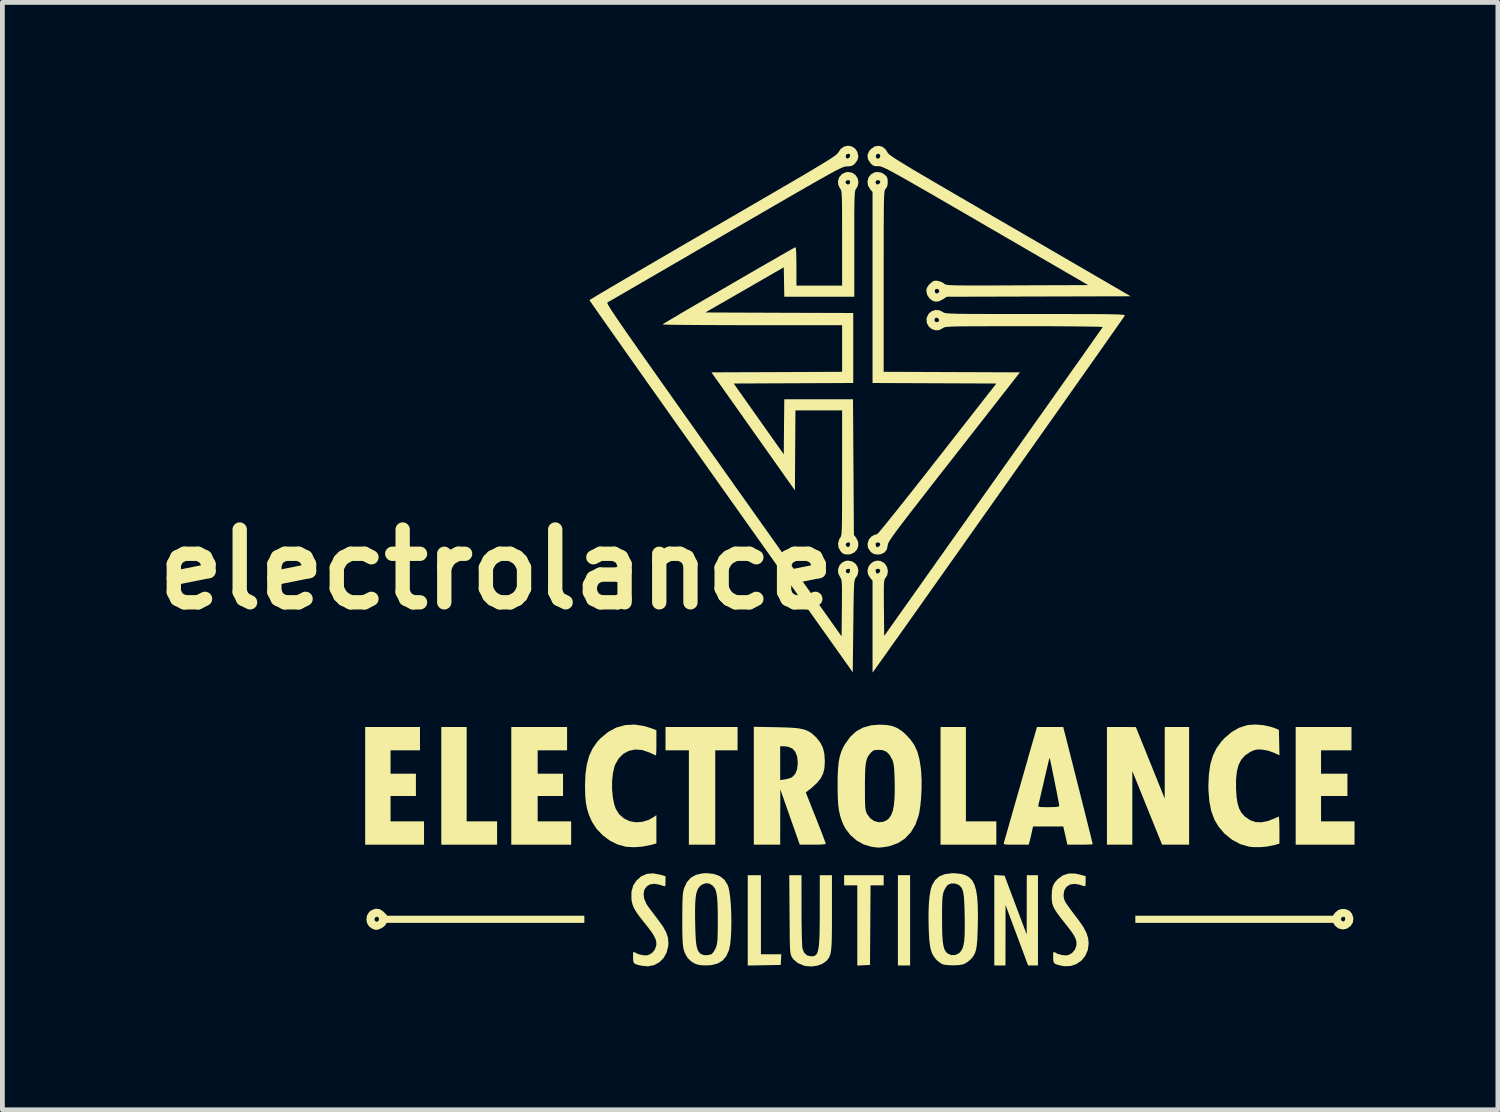
<source format=kicad_pcb>
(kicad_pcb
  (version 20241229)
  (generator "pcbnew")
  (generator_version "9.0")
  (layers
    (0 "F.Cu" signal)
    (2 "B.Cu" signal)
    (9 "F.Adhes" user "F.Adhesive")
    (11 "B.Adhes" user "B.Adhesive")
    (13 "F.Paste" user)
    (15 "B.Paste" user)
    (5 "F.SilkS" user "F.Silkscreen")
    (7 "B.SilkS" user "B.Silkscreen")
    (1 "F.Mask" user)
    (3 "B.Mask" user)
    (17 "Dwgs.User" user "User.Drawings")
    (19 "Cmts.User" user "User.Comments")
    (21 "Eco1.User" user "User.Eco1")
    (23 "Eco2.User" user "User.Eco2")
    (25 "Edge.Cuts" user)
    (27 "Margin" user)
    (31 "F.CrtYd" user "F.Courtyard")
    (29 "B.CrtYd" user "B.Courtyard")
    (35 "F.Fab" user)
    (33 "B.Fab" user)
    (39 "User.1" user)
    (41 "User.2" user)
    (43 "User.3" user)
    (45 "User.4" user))
  (footprint "electrolance"
    (layer "F.Cu")
    (at 14.957 8.598)
    (property "Reference" "electrolance" (at -7.62 0.269 0) (layer "F.SilkS") (effects (font (size 1.524 1.524) (thickness 0.3))))
    (attr board_only exclude_from_pos_files exclude_from_bom)
    (fp_poly (pts (xy 1.041 8.559) (xy 0.786 8.559) (xy 0.786 6.669) (xy 1.041 6.669)) (stroke (width 0) (type solid)) (fill yes) (layer "F.SilkS"))
    (fp_poly (pts (xy -8.24 5.543) (xy -7.603 5.543) (xy -7.603 6.031) (xy -8.771 6.031) (xy -8.771 3.568) (xy -8.24 3.568)) (stroke (width 0) (type solid)) (fill yes) (layer "F.SilkS"))
    (fp_poly (pts (xy 2.209 5.543) (xy 2.846 5.543) (xy 2.846 6.031) (xy 1.678 6.031) (xy 1.678 3.568) (xy 2.209 3.568)) (stroke (width 0) (type solid)) (fill yes) (layer "F.SilkS"))
    (fp_poly (pts (xy -2.57 4.056) (xy -3.037 4.056) (xy -3.037 6.031) (xy -3.589 6.031) (xy -3.589 4.056) (xy -4.078 4.056) (xy -4.078 3.568) (xy -2.57 3.568)) (stroke (width 0) (type solid)) (fill yes) (layer "F.SilkS"))
    (fp_poly (pts (xy -2.081 8.325) (xy -1.654 8.325) (xy -1.661 8.437) (xy -1.667 8.548) (xy -2.012 8.554) (xy -2.357 8.56) (xy -2.357 6.669) (xy -2.081 6.669)) (stroke (width 0) (type solid)) (fill yes) (layer "F.SilkS"))
    (fp_poly (pts (xy 0.488 6.881) (xy 0.213 6.881) (xy 0.202 8.548) (xy -0.064 8.561) (xy -0.064 6.881) (xy -0.34 6.881) (xy -0.34 6.669) (xy 0.488 6.669)) (stroke (width 0) (type solid)) (fill yes) (layer "F.SilkS"))
    (fp_poly (pts (xy -9.217 4.056) (xy -9.833 4.056) (xy -9.833 4.545) (xy -9.302 4.545) (xy -9.302 5.012) (xy -9.833 5.012) (xy -9.833 5.543) (xy -9.132 5.543) (xy -9.132 6.031) (xy -10.364 6.031) (xy -10.364 3.568) (xy -9.217 3.568)) (stroke (width 0) (type solid)) (fill yes) (layer "F.SilkS"))
    (fp_poly (pts (xy -6.138 4.056) (xy -6.754 4.056) (xy -6.754 4.545) (xy -6.223 4.545) (xy -6.223 5.012) (xy -6.754 5.012) (xy -6.754 5.543) (xy -6.053 5.543) (xy -6.053 6.031) (xy -7.306 6.031) (xy -7.306 3.568) (xy -6.138 3.568)) (stroke (width 0) (type solid)) (fill yes) (layer "F.SilkS"))
    (fp_poly (pts (xy 10.279 4.056) (xy 9.642 4.056) (xy 9.642 4.545) (xy 10.194 4.545) (xy 10.194 5.012) (xy 9.642 5.012) (xy 9.642 5.543) (xy 10.343 5.543) (xy 10.343 6.031) (xy 9.111 6.031) (xy 9.111 3.568) (xy 10.279 3.568)) (stroke (width 0) (type solid)) (fill yes) (layer "F.SilkS"))
    (fp_poly (pts (xy 6.881 6.031) (xy 6.315 6.031) (xy 6.004 5.262) (xy 5.693 4.492) (xy 5.692 5.262) (xy 5.692 6.031) (xy 5.161 6.031) (xy 5.161 3.568) (xy 5.463 3.568) (xy 5.766 3.569) (xy 6.37 5.065) (xy 6.37 4.317) (xy 6.371 3.568) (xy 6.881 3.568)) (stroke (width 0) (type solid)) (fill yes) (layer "F.SilkS"))
    (fp_poly (pts (xy 2.911 6.673) (xy 3.018 6.679) (xy 3.25 7.295) (xy 3.481 7.911) (xy 3.482 7.29) (xy 3.483 6.669) (xy 3.717 6.669) (xy 3.717 8.559) (xy 3.511 8.559) (xy 3.275 7.927) (xy 3.039 7.295) (xy 3.038 7.927) (xy 3.037 8.559) (xy 2.803 8.559) (xy 2.803 6.666)) (stroke (width 0) (type solid)) (fill yes) (layer "F.SilkS"))
    (fp_poly (pts (xy 10.161 7.381) (xy 10.235 7.414) (xy 10.29 7.476) (xy 10.291 7.478) (xy 10.32 7.572) (xy 10.308 7.66) (xy 10.263 7.73) (xy 10.186 7.788) (xy 10.099 7.806) (xy 10.013 7.786) (xy 9.96 7.751) (xy 9.923 7.712) (xy 9.896 7.667) (xy 5.755 7.667) (xy 5.755 7.588) (xy 10.057 7.588) (xy 10.073 7.622) (xy 10.109 7.64) (xy 10.138 7.619) (xy 10.148 7.585) (xy 10.143 7.549) (xy 10.113 7.539) (xy 10.072 7.554) (xy 10.057 7.588) (xy 5.755 7.588) (xy 5.755 7.518) (xy 9.889 7.518) (xy 9.935 7.455) (xy 9.999 7.4) (xy 10.078 7.376)) (stroke (width 0) (type solid)) (fill yes) (layer "F.SilkS"))
    (fp_poly (pts (xy -10.063 7.379) (xy -9.985 7.429) (xy -9.97 7.444) (xy -9.9 7.518) (xy -5.777 7.518) (xy -5.777 7.667) (xy -9.916 7.667) (xy -9.94 7.711) (xy -9.977 7.749) (xy -10.036 7.785) (xy -10.099 7.809) (xy -10.135 7.814) (xy -10.176 7.805) (xy -10.207 7.795) (xy -10.28 7.745) (xy -10.324 7.674) (xy -10.339 7.596) (xy -10.169 7.596) (xy -10.165 7.615) (xy -10.137 7.642) (xy -10.102 7.639) (xy -10.079 7.612) (xy -10.076 7.565) (xy -10.105 7.541) (xy -10.12 7.539) (xy -10.158 7.556) (xy -10.169 7.596) (xy -10.339 7.596) (xy -10.339 7.592) (xy -10.325 7.51) (xy -10.28 7.439) (xy -10.237 7.405) (xy -10.147 7.371)) (stroke (width 0) (type solid)) (fill yes) (layer "F.SilkS"))
    (fp_poly (pts (xy -1.231 7.396) (xy -1.231 7.572) (xy -1.229 7.737) (xy -1.226 7.886) (xy -1.223 8.014) (xy -1.219 8.115) (xy -1.214 8.183) (xy -1.211 8.208) (xy -1.174 8.295) (xy -1.113 8.349) (xy -1.032 8.368) (xy -0.989 8.365) (xy -0.954 8.355) (xy -0.925 8.333) (xy -0.902 8.297) (xy -0.885 8.243) (xy -0.871 8.167) (xy -0.862 8.066) (xy -0.855 7.936) (xy -0.852 7.774) (xy -0.85 7.576) (xy -0.85 7.364) (xy -0.849 6.669) (xy -0.595 6.669) (xy -0.595 7.447) (xy -0.595 7.666) (xy -0.596 7.847) (xy -0.598 7.995) (xy -0.602 8.113) (xy -0.609 8.206) (xy -0.618 8.278) (xy -0.631 8.333) (xy -0.647 8.377) (xy -0.668 8.412) (xy -0.693 8.444) (xy -0.711 8.464) (xy -0.793 8.524) (xy -0.902 8.564) (xy -1.023 8.58) (xy -1.145 8.571) (xy -1.189 8.56) (xy -1.313 8.506) (xy -1.403 8.428) (xy -1.426 8.395) (xy -1.439 8.374) (xy -1.449 8.352) (xy -1.457 8.327) (xy -1.464 8.292) (xy -1.469 8.244) (xy -1.473 8.178) (xy -1.476 8.091) (xy -1.478 7.977) (xy -1.479 7.833) (xy -1.481 7.654) (xy -1.482 7.492) (xy -1.488 6.669) (xy -1.232 6.669)) (stroke (width 0) (type solid)) (fill yes) (layer "F.SilkS"))
    (fp_poly (pts (xy -1.757 3.572) (xy -1.571 3.577) (xy -1.421 3.584) (xy -1.301 3.595) (xy -1.205 3.613) (xy -1.127 3.638) (xy -1.06 3.672) (xy -0.999 3.717) (xy -0.937 3.774) (xy -0.923 3.788) (xy -0.841 3.889) (xy -0.785 3.998) (xy -0.754 4.125) (xy -0.744 4.28) (xy -0.744 4.298) (xy -0.752 4.428) (xy -0.778 4.539) (xy -0.828 4.64) (xy -0.906 4.737) (xy -1.016 4.839) (xy -1.087 4.895) (xy -1.142 4.938) (xy -0.932 5.467) (xy -0.876 5.608) (xy -0.826 5.736) (xy -0.784 5.846) (xy -0.751 5.933) (xy -0.73 5.99) (xy -0.722 6.014) (xy -0.742 6.02) (xy -0.796 6.026) (xy -0.878 6.03) (xy -0.977 6.031) (xy -0.995 6.031) (xy -1.268 6.031) (xy -1.472 5.453) (xy -1.675 4.874) (xy -1.677 5.453) (xy -1.678 6.031) (xy -2.23 6.031) (xy -2.23 4.678) (xy -1.678 4.678) (xy -1.578 4.664) (xy -1.507 4.649) (xy -1.446 4.627) (xy -1.43 4.619) (xy -1.364 4.551) (xy -1.324 4.451) (xy -1.31 4.324) (xy -1.31 4.322) (xy -1.323 4.187) (xy -1.362 4.085) (xy -1.428 4.016) (xy -1.521 3.979) (xy -1.603 3.971) (xy -1.678 3.971) (xy -1.678 4.678) (xy -2.23 4.678) (xy -2.23 3.564)) (stroke (width 0) (type solid)) (fill yes) (layer "F.SilkS"))
    (fp_poly (pts (xy -4.527 3.547) (xy -4.385 3.591) (xy -4.269 3.635) (xy -4.269 3.899) (xy -4.269 3.999) (xy -4.271 4.082) (xy -4.274 4.139) (xy -4.277 4.162) (xy -4.277 4.163) (xy -4.3 4.154) (xy -4.349 4.132) (xy -4.417 4.101) (xy -4.421 4.099) (xy -4.569 4.049) (xy -4.711 4.039) (xy -4.843 4.066) (xy -4.961 4.129) (xy -5.058 4.226) (xy -5.131 4.354) (xy -5.147 4.4) (xy -5.18 4.541) (xy -5.196 4.703) (xy -5.196 4.874) (xy -5.181 5.04) (xy -5.151 5.188) (xy -5.119 5.281) (xy -5.047 5.396) (xy -4.948 5.482) (xy -4.831 5.538) (xy -4.701 5.562) (xy -4.564 5.553) (xy -4.426 5.51) (xy -4.327 5.453) (xy -4.269 5.413) (xy -4.269 6.005) (xy -4.391 6.038) (xy -4.56 6.071) (xy -4.736 6.084) (xy -4.9 6.075) (xy -4.913 6.073) (xy -5.081 6.027) (xy -5.244 5.945) (xy -5.394 5.833) (xy -5.522 5.698) (xy -5.62 5.546) (xy -5.623 5.539) (xy -5.678 5.413) (xy -5.718 5.29) (xy -5.744 5.157) (xy -5.758 5.004) (xy -5.763 4.821) (xy -5.763 4.8) (xy -5.754 4.559) (xy -5.725 4.351) (xy -5.676 4.172) (xy -5.604 4.017) (xy -5.508 3.879) (xy -5.44 3.805) (xy -5.28 3.672) (xy -5.107 3.579) (xy -4.923 3.528) (xy -4.729 3.517)) (stroke (width 0) (type solid)) (fill yes) (layer "F.SilkS"))
    (fp_poly (pts (xy 8.433 3.529) (xy 8.588 3.563) (xy 8.658 3.586) (xy 8.76 3.627) (xy 8.766 3.894) (xy 8.772 4.161) (xy 8.65 4.104) (xy 8.522 4.06) (xy 8.399 4.04) (xy 8.317 4.038) (xy 8.252 4.05) (xy 8.181 4.079) (xy 8.156 4.093) (xy 8.052 4.162) (xy 7.973 4.25) (xy 7.916 4.361) (xy 7.88 4.5) (xy 7.863 4.67) (xy 7.863 4.863) (xy 7.874 5.033) (xy 7.895 5.169) (xy 7.929 5.277) (xy 7.977 5.364) (xy 8.041 5.436) (xy 8.053 5.446) (xy 8.16 5.519) (xy 8.274 5.558) (xy 8.399 5.562) (xy 8.539 5.533) (xy 8.699 5.469) (xy 8.755 5.441) (xy 8.761 5.458) (xy 8.766 5.51) (xy 8.769 5.59) (xy 8.771 5.689) (xy 8.771 5.721) (xy 8.771 6.009) (xy 8.66 6.041) (xy 8.524 6.068) (xy 8.373 6.083) (xy 8.227 6.082) (xy 8.134 6.072) (xy 7.951 6.019) (xy 7.777 5.926) (xy 7.62 5.798) (xy 7.616 5.793) (xy 7.499 5.656) (xy 7.409 5.504) (xy 7.345 5.331) (xy 7.305 5.132) (xy 7.286 4.903) (xy 7.284 4.8) (xy 7.294 4.56) (xy 7.324 4.352) (xy 7.377 4.172) (xy 7.454 4.013) (xy 7.557 3.871) (xy 7.622 3.8) (xy 7.771 3.673) (xy 7.923 3.585) (xy 8.087 3.532) (xy 8.128 3.525) (xy 8.273 3.516)) (stroke (width 0) (type solid)) (fill yes) (layer "F.SilkS"))
    (fp_poly (pts (xy -4.188 6.659) (xy -4.188 6.659) (xy -4.078 6.691) (xy -4.078 6.797) (xy -4.08 6.857) (xy -4.085 6.895) (xy -4.09 6.902) (xy -4.115 6.896) (xy -4.167 6.881) (xy -4.205 6.868) (xy -4.314 6.849) (xy -4.405 6.863) (xy -4.475 6.907) (xy -4.52 6.974) (xy -4.537 7.06) (xy -4.525 7.159) (xy -4.48 7.266) (xy -4.45 7.313) (xy -4.404 7.377) (xy -4.34 7.461) (xy -4.27 7.554) (xy -4.224 7.614) (xy -4.128 7.748) (xy -4.063 7.867) (xy -4.027 7.977) (xy -4.017 8.086) (xy -4.02 8.146) (xy -4.053 8.285) (xy -4.117 8.402) (xy -4.207 8.492) (xy -4.319 8.552) (xy -4.446 8.577) (xy -4.577 8.565) (xy -4.663 8.545) (xy -4.717 8.525) (xy -4.745 8.497) (xy -4.755 8.454) (xy -4.757 8.388) (xy -4.757 8.385) (xy -4.756 8.315) (xy -4.75 8.28) (xy -4.739 8.274) (xy -4.726 8.282) (xy -4.663 8.316) (xy -4.578 8.34) (xy -4.494 8.348) (xy -4.446 8.343) (xy -4.363 8.3) (xy -4.302 8.228) (xy -4.271 8.138) (xy -4.269 8.105) (xy -4.273 8.054) (xy -4.289 8.001) (xy -4.319 7.94) (xy -4.366 7.866) (xy -4.435 7.772) (xy -4.529 7.654) (xy -4.544 7.635) (xy -4.634 7.52) (xy -4.698 7.428) (xy -4.742 7.35) (xy -4.77 7.278) (xy -4.787 7.203) (xy -4.792 7.163) (xy -4.79 7.011) (xy -4.753 6.881) (xy -4.687 6.782) (xy -4.585 6.692) (xy -4.469 6.642) (xy -4.337 6.631)) (stroke (width 0) (type solid)) (fill yes) (layer "F.SilkS"))
    (fp_poly (pts (xy 4.494 6.635) (xy 4.605 6.659) (xy 4.715 6.691) (xy 4.715 6.797) (xy 4.713 6.857) (xy 4.707 6.895) (xy 4.703 6.902) (xy 4.677 6.896) (xy 4.625 6.881) (xy 4.587 6.868) (xy 4.479 6.85) (xy 4.386 6.866) (xy 4.313 6.914) (xy 4.267 6.99) (xy 4.253 7.088) (xy 4.255 7.112) (xy 4.259 7.145) (xy 4.267 7.177) (xy 4.281 7.211) (xy 4.305 7.254) (xy 4.343 7.309) (xy 4.396 7.383) (xy 4.469 7.48) (xy 4.564 7.606) (xy 4.572 7.616) (xy 4.668 7.754) (xy 4.732 7.877) (xy 4.768 7.991) (xy 4.778 8.098) (xy 4.76 8.237) (xy 4.707 8.358) (xy 4.627 8.457) (xy 4.523 8.529) (xy 4.403 8.57) (xy 4.271 8.575) (xy 4.216 8.565) (xy 4.129 8.545) (xy 4.076 8.525) (xy 4.048 8.497) (xy 4.037 8.454) (xy 4.035 8.388) (xy 4.035 8.385) (xy 4.036 8.315) (xy 4.042 8.28) (xy 4.054 8.274) (xy 4.066 8.282) (xy 4.129 8.316) (xy 4.214 8.34) (xy 4.299 8.348) (xy 4.347 8.343) (xy 4.428 8.301) (xy 4.489 8.23) (xy 4.521 8.142) (xy 4.524 8.11) (xy 4.52 8.055) (xy 4.505 8) (xy 4.476 7.94) (xy 4.429 7.867) (xy 4.36 7.775) (xy 4.289 7.684) (xy 4.192 7.562) (xy 4.12 7.465) (xy 4.069 7.386) (xy 4.035 7.318) (xy 4.015 7.253) (xy 4.006 7.185) (xy 4.004 7.107) (xy 4.004 7.104) (xy 4.01 6.986) (xy 4.03 6.896) (xy 4.068 6.823) (xy 4.13 6.754) (xy 4.134 6.749) (xy 4.241 6.672) (xy 4.36 6.634)) (stroke (width 0) (type solid)) (fill yes) (layer "F.SilkS"))
    (fp_poly (pts (xy 1.995 6.63) (xy 2.108 6.643) (xy 2.202 6.67) (xy 2.279 6.714) (xy 2.341 6.779) (xy 2.388 6.867) (xy 2.422 6.982) (xy 2.445 7.126) (xy 2.457 7.304) (xy 2.461 7.518) (xy 2.458 7.708) (xy 2.453 7.886) (xy 2.447 8.028) (xy 2.436 8.14) (xy 2.422 8.226) (xy 2.401 8.295) (xy 2.373 8.35) (xy 2.337 8.4) (xy 2.3 8.44) (xy 2.238 8.49) (xy 2.172 8.528) (xy 2.147 8.537) (xy 2.068 8.55) (xy 1.966 8.556) (xy 1.86 8.554) (xy 1.766 8.544) (xy 1.728 8.536) (xy 1.675 8.508) (xy 1.614 8.461) (xy 1.586 8.433) (xy 1.54 8.375) (xy 1.504 8.312) (xy 1.477 8.238) (xy 1.457 8.146) (xy 1.443 8.029) (xy 1.434 7.882) (xy 1.429 7.73) (xy 1.427 7.571) (xy 1.71 7.571) (xy 1.711 7.764) (xy 1.715 7.919) (xy 1.723 8.04) (xy 1.736 8.134) (xy 1.754 8.204) (xy 1.778 8.256) (xy 1.808 8.293) (xy 1.821 8.304) (xy 1.9 8.342) (xy 1.984 8.341) (xy 2.063 8.303) (xy 2.081 8.287) (xy 2.114 8.245) (xy 2.141 8.194) (xy 2.16 8.127) (xy 2.174 8.04) (xy 2.182 7.928) (xy 2.185 7.785) (xy 2.185 7.608) (xy 2.183 7.521) (xy 2.179 7.347) (xy 2.173 7.209) (xy 2.165 7.104) (xy 2.152 7.025) (xy 2.135 6.966) (xy 2.111 6.924) (xy 2.08 6.891) (xy 2.058 6.873) (xy 1.983 6.844) (xy 1.901 6.843) (xy 1.833 6.87) (xy 1.799 6.909) (xy 1.763 6.97) (xy 1.749 7.003) (xy 1.735 7.042) (xy 1.726 7.087) (xy 1.719 7.143) (xy 1.714 7.218) (xy 1.711 7.317) (xy 1.71 7.448) (xy 1.71 7.571) (xy 1.427 7.571) (xy 1.426 7.487) (xy 1.433 7.276) (xy 1.449 7.101) (xy 1.474 6.963) (xy 1.5 6.882) (xy 1.564 6.773) (xy 1.653 6.694) (xy 1.769 6.647) (xy 1.913 6.629)) (stroke (width 0) (type solid)) (fill yes) (layer "F.SilkS"))
    (fp_poly (pts (xy -3.066 6.643) (xy -2.941 6.689) (xy -2.845 6.765) (xy -2.779 6.869) (xy -2.761 6.919) (xy -2.739 7.023) (xy -2.722 7.158) (xy -2.709 7.315) (xy -2.702 7.485) (xy -2.7 7.659) (xy -2.703 7.829) (xy -2.711 7.984) (xy -2.725 8.117) (xy -2.745 8.219) (xy -2.749 8.234) (xy -2.804 8.361) (xy -2.883 8.456) (xy -2.987 8.518) (xy -3.12 8.552) (xy -3.228 8.558) (xy -3.333 8.554) (xy -3.413 8.539) (xy -3.479 8.513) (xy -3.549 8.467) (xy -3.609 8.407) (xy -3.621 8.391) (xy -3.652 8.34) (xy -3.676 8.29) (xy -3.695 8.237) (xy -3.708 8.174) (xy -3.717 8.094) (xy -3.723 7.993) (xy -3.726 7.865) (xy -3.727 7.703) (xy -3.727 7.603) (xy -3.727 7.429) (xy -3.726 7.399) (xy -3.46 7.399) (xy -3.459 7.577) (xy -3.457 7.664) (xy -3.453 7.841) (xy -3.447 7.981) (xy -3.438 8.089) (xy -3.424 8.17) (xy -3.406 8.23) (xy -3.382 8.274) (xy -3.351 8.308) (xy -3.339 8.317) (xy -3.281 8.34) (xy -3.206 8.344) (xy -3.134 8.329) (xy -3.107 8.315) (xy -3.073 8.276) (xy -3.037 8.215) (xy -3.023 8.182) (xy -3.01 8.143) (xy -3 8.099) (xy -2.993 8.044) (xy -2.988 7.971) (xy -2.986 7.874) (xy -2.984 7.746) (xy -2.984 7.603) (xy -2.985 7.419) (xy -2.989 7.273) (xy -2.996 7.158) (xy -3.007 7.07) (xy -3.022 7.003) (xy -3.043 6.951) (xy -3.071 6.91) (xy -3.091 6.889) (xy -3.161 6.845) (xy -3.241 6.839) (xy -3.319 6.869) (xy -3.355 6.898) (xy -3.389 6.939) (xy -3.415 6.991) (xy -3.435 7.058) (xy -3.448 7.145) (xy -3.456 7.257) (xy -3.46 7.399) (xy -3.726 7.399) (xy -3.725 7.291) (xy -3.722 7.184) (xy -3.718 7.101) (xy -3.711 7.038) (xy -3.702 6.987) (xy -3.691 6.945) (xy -3.633 6.818) (xy -3.551 6.724) (xy -3.441 6.662) (xy -3.302 6.631) (xy -3.217 6.627)) (stroke (width 0) (type solid)) (fill yes) (layer "F.SilkS"))
    (fp_poly (pts (xy 0.546 3.525) (xy 0.67 3.548) (xy 0.777 3.592) (xy 0.878 3.66) (xy 0.936 3.711) (xy 1.044 3.824) (xy 1.128 3.943) (xy 1.19 4.076) (xy 1.234 4.231) (xy 1.264 4.415) (xy 1.274 4.52) (xy 1.282 4.684) (xy 1.281 4.862) (xy 1.272 5.042) (xy 1.256 5.211) (xy 1.234 5.357) (xy 1.22 5.421) (xy 1.152 5.613) (xy 1.056 5.773) (xy 0.934 5.902) (xy 0.786 5.998) (xy 0.615 6.06) (xy 0.549 6.073) (xy 0.46 6.086) (xy 0.394 6.091) (xy 0.33 6.088) (xy 0.251 6.077) (xy 0.226 6.073) (xy 0.07 6.026) (xy -0.078 5.944) (xy -0.207 5.832) (xy -0.311 5.697) (xy -0.351 5.622) (xy -0.393 5.522) (xy -0.424 5.424) (xy -0.447 5.319) (xy -0.463 5.198) (xy -0.472 5.055) (xy -0.476 4.881) (xy -0.476 4.832) (xy 0.096 4.832) (xy 0.096 4.986) (xy 0.097 5.105) (xy 0.1 5.194) (xy 0.104 5.259) (xy 0.111 5.307) (xy 0.121 5.343) (xy 0.134 5.375) (xy 0.138 5.383) (xy 0.203 5.475) (xy 0.288 5.535) (xy 0.384 5.561) (xy 0.482 5.551) (xy 0.546 5.523) (xy 0.603 5.475) (xy 0.647 5.407) (xy 0.681 5.316) (xy 0.703 5.196) (xy 0.716 5.045) (xy 0.72 4.858) (xy 0.718 4.693) (xy 0.713 4.556) (xy 0.708 4.453) (xy 0.7 4.377) (xy 0.69 4.32) (xy 0.676 4.273) (xy 0.665 4.247) (xy 0.609 4.148) (xy 0.546 4.085) (xy 0.468 4.053) (xy 0.389 4.046) (xy 0.318 4.049) (xy 0.272 4.061) (xy 0.233 4.091) (xy 0.212 4.114) (xy 0.177 4.158) (xy 0.149 4.205) (xy 0.129 4.262) (xy 0.114 4.333) (xy 0.104 4.425) (xy 0.099 4.544) (xy 0.096 4.695) (xy 0.096 4.832) (xy -0.476 4.832) (xy -0.477 4.8) (xy -0.475 4.599) (xy -0.467 4.434) (xy -0.453 4.297) (xy -0.43 4.181) (xy -0.398 4.08) (xy -0.356 3.987) (xy -0.328 3.937) (xy -0.217 3.78) (xy -0.09 3.661) (xy 0.056 3.58) (xy 0.224 3.533) (xy 0.393 3.519)) (stroke (width 0) (type solid)) (fill yes) (layer "F.SilkS"))
    (fp_poly (pts (xy 4.266 3.648) (xy 4.286 3.723) (xy 4.313 3.828) (xy 4.346 3.959) (xy 4.384 4.111) (xy 4.427 4.28) (xy 4.473 4.462) (xy 4.521 4.651) (xy 4.57 4.845) (xy 4.618 5.037) (xy 4.665 5.224) (xy 4.71 5.402) (xy 4.751 5.566) (xy 4.787 5.711) (xy 4.818 5.833) (xy 4.841 5.928) (xy 4.857 5.991) (xy 4.863 6.019) (xy 4.863 6.019) (xy 4.843 6.024) (xy 4.789 6.028) (xy 4.708 6.03) (xy 4.609 6.031) (xy 4.598 6.031) (xy 4.333 6.031) (xy 4.32 5.973) (xy 4.306 5.91) (xy 4.29 5.84) (xy 4.29 5.84) (xy 4.274 5.771) (xy 4.26 5.708) (xy 4.26 5.708) (xy 4.247 5.649) (xy 3.614 5.649) (xy 3.59 5.761) (xy 3.572 5.843) (xy 3.553 5.923) (xy 3.545 5.952) (xy 3.524 6.031) (xy 3.258 6.031) (xy 3.147 6.031) (xy 3.073 6.029) (xy 3.028 6.024) (xy 3.006 6.016) (xy 3.001 6.004) (xy 3.003 5.994) (xy 3.011 5.967) (xy 3.029 5.903) (xy 3.057 5.806) (xy 3.092 5.681) (xy 3.135 5.53) (xy 3.184 5.358) (xy 3.222 5.225) (xy 3.723 5.225) (xy 3.736 5.236) (xy 3.77 5.242) (xy 3.831 5.245) (xy 3.927 5.246) (xy 3.938 5.246) (xy 4.046 5.244) (xy 4.116 5.239) (xy 4.153 5.231) (xy 4.163 5.219) (xy 4.159 5.191) (xy 4.148 5.13) (xy 4.131 5.042) (xy 4.111 4.936) (xy 4.087 4.817) (xy 4.062 4.692) (xy 4.037 4.569) (xy 4.014 4.453) (xy 3.993 4.353) (xy 3.976 4.274) (xy 3.964 4.225) (xy 3.96 4.21) (xy 3.954 4.231) (xy 3.94 4.288) (xy 3.919 4.375) (xy 3.893 4.485) (xy 3.863 4.614) (xy 3.845 4.693) (xy 3.813 4.832) (xy 3.783 4.958) (xy 3.758 5.065) (xy 3.739 5.147) (xy 3.727 5.197) (xy 3.724 5.208) (xy 3.723 5.225) (xy 3.222 5.225) (xy 3.238 5.17) (xy 3.295 4.969) (xy 3.313 4.906) (xy 3.373 4.697) (xy 3.43 4.496) (xy 3.484 4.309) (xy 3.532 4.138) (xy 3.575 3.989) (xy 3.61 3.866) (xy 3.637 3.775) (xy 3.653 3.718) (xy 3.655 3.711) (xy 3.697 3.568) (xy 4.246 3.568)) (stroke (width 0) (type solid)) (fill yes) (layer "F.SilkS"))
    (fp_poly (pts (xy 0.445 -8.034) (xy 0.508 -7.994) (xy 0.55 -7.952) (xy 0.569 -7.908) (xy 0.573 -7.841) (xy 0.573 -7.838) (xy 0.566 -7.761) (xy 0.543 -7.711) (xy 0.531 -7.699) (xy 0.524 -7.691) (xy 0.517 -7.681) (xy 0.512 -7.667) (xy 0.507 -7.644) (xy 0.503 -7.611) (xy 0.499 -7.565) (xy 0.496 -7.504) (xy 0.494 -7.424) (xy 0.492 -7.323) (xy 0.491 -7.199) (xy 0.49 -7.048) (xy 0.489 -6.869) (xy 0.489 -6.658) (xy 0.489 -6.413) (xy 0.488 -6.131) (xy 0.488 -5.809) (xy 0.488 -3.866) (xy 3.34 -3.855) (xy 1.957 -2.086) (xy 1.735 -1.803) (xy 1.539 -1.552) (xy 1.366 -1.33) (xy 1.215 -1.135) (xy 1.084 -0.967) (xy 0.972 -0.822) (xy 0.878 -0.698) (xy 0.799 -0.595) (xy 0.736 -0.509) (xy 0.685 -0.439) (xy 0.646 -0.383) (xy 0.617 -0.338) (xy 0.597 -0.304) (xy 0.584 -0.278) (xy 0.576 -0.258) (xy 0.574 -0.242) (xy 0.573 -0.236) (xy 0.555 -0.148) (xy 0.504 -0.084) (xy 0.425 -0.048) (xy 0.367 -0.042) (xy 0.295 -0.049) (xy 0.242 -0.076) (xy 0.211 -0.105) (xy 0.16 -0.182) (xy 0.151 -0.258) (xy 0.319 -0.258) (xy 0.33 -0.208) (xy 0.359 -0.193) (xy 0.398 -0.216) (xy 0.403 -0.222) (xy 0.418 -0.262) (xy 0.396 -0.29) (xy 0.36 -0.297) (xy 0.325 -0.282) (xy 0.319 -0.258) (xy 0.151 -0.258) (xy 0.15 -0.268) (xy 0.179 -0.358) (xy 0.226 -0.414) (xy 0.294 -0.455) (xy 0.35 -0.467) (xy 0.367 -0.484) (xy 0.409 -0.531) (xy 0.472 -0.608) (xy 0.556 -0.711) (xy 0.659 -0.838) (xy 0.779 -0.987) (xy 0.913 -1.156) (xy 1.061 -1.343) (xy 1.22 -1.544) (xy 1.389 -1.758) (xy 1.564 -1.982) (xy 1.613 -2.044) (xy 2.846 -3.621) (xy 0.255 -3.632) (xy 0.255 -7.629) (xy 0.202 -7.692) (xy 0.158 -7.771) (xy 0.152 -7.829) (xy 0.318 -7.829) (xy 0.332 -7.796) (xy 0.345 -7.788) (xy 0.38 -7.792) (xy 0.41 -7.817) (xy 0.418 -7.849) (xy 0.415 -7.856) (xy 0.384 -7.875) (xy 0.36 -7.879) (xy 0.328 -7.863) (xy 0.318 -7.829) (xy 0.152 -7.829) (xy 0.149 -7.855) (xy 0.172 -7.934) (xy 0.221 -7.998) (xy 0.293 -8.039) (xy 0.357 -8.049)) (stroke (width 0) (type solid)) (fill yes) (layer "F.SilkS"))
    (fp_poly (pts (xy 0.463 -8.575) (xy 0.533 -8.516) (xy 0.568 -8.459) (xy 0.576 -8.447) (xy 0.588 -8.433) (xy 0.606 -8.416) (xy 0.633 -8.394) (xy 0.671 -8.368) (xy 0.72 -8.334) (xy 0.783 -8.294) (xy 0.862 -8.245) (xy 0.959 -8.186) (xy 1.074 -8.116) (xy 1.211 -8.035) (xy 1.371 -7.941) (xy 1.556 -7.832) (xy 1.767 -7.709) (xy 2.007 -7.569) (xy 2.277 -7.412) (xy 2.578 -7.236) (xy 2.914 -7.041) (xy 3.132 -6.915) (xy 5.658 -5.447) (xy 3.732 -5.442) (xy 1.807 -5.437) (xy 1.729 -5.384) (xy 1.648 -5.342) (xy 1.575 -5.335) (xy 1.516 -5.351) (xy 1.451 -5.398) (xy 1.402 -5.469) (xy 1.381 -5.55) (xy 1.381 -5.554) (xy 1.554 -5.554) (xy 1.568 -5.519) (xy 1.601 -5.504) (xy 1.608 -5.504) (xy 1.644 -5.529) (xy 1.653 -5.549) (xy 1.643 -5.584) (xy 1.61 -5.603) (xy 1.573 -5.594) (xy 1.567 -5.59) (xy 1.554 -5.554) (xy 1.381 -5.554) (xy 1.38 -5.559) (xy 1.39 -5.619) (xy 1.426 -5.675) (xy 1.455 -5.707) (xy 1.505 -5.752) (xy 1.545 -5.772) (xy 1.594 -5.773) (xy 1.617 -5.77) (xy 1.685 -5.752) (xy 1.743 -5.721) (xy 1.75 -5.714) (xy 1.76 -5.706) (xy 1.772 -5.699) (xy 1.788 -5.692) (xy 1.812 -5.687) (xy 1.847 -5.683) (xy 1.896 -5.679) (xy 1.962 -5.677) (xy 2.048 -5.675) (xy 2.157 -5.674) (xy 2.291 -5.673) (xy 2.455 -5.673) (xy 2.651 -5.673) (xy 2.882 -5.674) (xy 3.152 -5.675) (xy 3.283 -5.676) (xy 4.768 -5.681) (xy 2.623 -6.926) (xy 2.297 -7.116) (xy 2.005 -7.285) (xy 1.746 -7.435) (xy 1.518 -7.567) (xy 1.318 -7.682) (xy 1.144 -7.782) (xy 0.995 -7.867) (xy 0.868 -7.939) (xy 0.762 -7.998) (xy 0.673 -8.047) (xy 0.601 -8.085) (xy 0.543 -8.114) (xy 0.497 -8.136) (xy 0.461 -8.151) (xy 0.433 -8.161) (xy 0.411 -8.166) (xy 0.392 -8.169) (xy 0.376 -8.169) (xy 0.375 -8.169) (xy 0.308 -8.171) (xy 0.263 -8.186) (xy 0.221 -8.224) (xy 0.211 -8.235) (xy 0.158 -8.318) (xy 0.151 -8.374) (xy 0.322 -8.374) (xy 0.327 -8.356) (xy 0.354 -8.328) (xy 0.39 -8.332) (xy 0.412 -8.359) (xy 0.415 -8.405) (xy 0.386 -8.43) (xy 0.372 -8.431) (xy 0.334 -8.414) (xy 0.322 -8.374) (xy 0.151 -8.374) (xy 0.148 -8.4) (xy 0.181 -8.481) (xy 0.221 -8.529) (xy 0.3 -8.583) (xy 0.383 -8.597)) (stroke (width 0) (type solid)) (fill yes) (layer "F.SilkS"))
    (fp_poly (pts (xy -0.167 -8.031) (xy -0.099 -7.982) (xy -0.055 -7.913) (xy -0.04 -7.832) (xy -0.057 -7.75) (xy -0.085 -7.703) (xy -0.094 -7.69) (xy -0.102 -7.674) (xy -0.109 -7.652) (xy -0.114 -7.62) (xy -0.118 -7.574) (xy -0.121 -7.511) (xy -0.124 -7.427) (xy -0.125 -7.32) (xy -0.127 -7.184) (xy -0.127 -7.017) (xy -0.127 -6.816) (xy -0.127 -6.576) (xy -0.127 -5.437) (xy -1.592 -5.437) (xy -1.603 -6.053) (xy -2.424 -5.58) (xy -3.245 -5.108) (xy -1.697 -5.102) (xy -0.149 -5.097) (xy -0.149 -3.632) (xy -2.651 -3.621) (xy -2.127 -2.88) (xy -1.603 -2.139) (xy -1.598 -2.715) (xy -1.592 -3.292) (xy -0.154 -3.292) (xy -0.135 -0.452) (xy -0.089 -0.393) (xy -0.047 -0.311) (xy -0.042 -0.226) (xy -0.069 -0.149) (xy -0.124 -0.087) (xy -0.203 -0.049) (xy -0.262 -0.042) (xy -0.329 -0.048) (xy -0.375 -0.069) (xy -0.412 -0.108) (xy -0.457 -0.189) (xy -0.463 -0.248) (xy -0.307 -0.248) (xy -0.291 -0.215) (xy -0.255 -0.197) (xy -0.226 -0.218) (xy -0.216 -0.251) (xy -0.221 -0.288) (xy -0.251 -0.297) (xy -0.292 -0.282) (xy -0.307 -0.248) (xy -0.463 -0.248) (xy -0.467 -0.278) (xy -0.442 -0.363) (xy -0.425 -0.388) (xy -0.416 -0.4) (xy -0.409 -0.415) (xy -0.402 -0.436) (xy -0.397 -0.465) (xy -0.393 -0.507) (xy -0.39 -0.565) (xy -0.387 -0.642) (xy -0.385 -0.74) (xy -0.384 -0.864) (xy -0.383 -1.017) (xy -0.383 -1.202) (xy -0.382 -1.422) (xy -0.382 -1.68) (xy -0.382 -1.75) (xy -0.382 -3.058) (xy -1.359 -3.058) (xy -1.37 -1.385) (xy -3.117 -3.855) (xy -1.75 -3.86) (xy -0.382 -3.866) (xy -0.382 -4.842) (xy -2.262 -4.842) (xy -2.54 -4.842) (xy -2.806 -4.843) (xy -3.057 -4.844) (xy -3.289 -4.845) (xy -3.499 -4.846) (xy -3.685 -4.848) (xy -3.844 -4.849) (xy -3.971 -4.851) (xy -4.066 -4.854) (xy -4.123 -4.856) (xy -4.141 -4.858) (xy -4.123 -4.87) (xy -4.072 -4.902) (xy -3.991 -4.95) (xy -3.883 -5.014) (xy -3.753 -5.091) (xy -3.603 -5.179) (xy -3.437 -5.276) (xy -3.258 -5.38) (xy -3.07 -5.49) (xy -2.876 -5.602) (xy -2.68 -5.716) (xy -2.486 -5.829) (xy -2.296 -5.939) (xy -2.114 -6.044) (xy -1.944 -6.142) (xy -1.788 -6.231) (xy -1.652 -6.31) (xy -1.537 -6.375) (xy -1.448 -6.426) (xy -1.387 -6.459) (xy -1.359 -6.474) (xy -1.358 -6.474) (xy -1.351 -6.456) (xy -1.345 -6.399) (xy -1.341 -6.308) (xy -1.339 -6.185) (xy -1.338 -6.076) (xy -1.338 -5.67) (xy -0.382 -5.67) (xy -0.382 -6.66) (xy -0.382 -6.891) (xy -0.383 -7.083) (xy -0.383 -7.24) (xy -0.384 -7.366) (xy -0.386 -7.465) (xy -0.389 -7.541) (xy -0.393 -7.596) (xy -0.397 -7.636) (xy -0.404 -7.664) (xy -0.411 -7.683) (xy -0.42 -7.698) (xy -0.425 -7.703) (xy -0.464 -7.783) (xy -0.466 -7.834) (xy -0.312 -7.834) (xy -0.298 -7.805) (xy -0.261 -7.785) (xy -0.227 -7.799) (xy -0.212 -7.839) (xy -0.229 -7.873) (xy -0.254 -7.879) (xy -0.299 -7.866) (xy -0.312 -7.834) (xy -0.466 -7.834) (xy -0.467 -7.866) (xy -0.44 -7.943) (xy -0.385 -8.005) (xy -0.309 -8.042) (xy -0.255 -8.049)) (stroke (width 0) (type solid)) (fill yes) (layer "F.SilkS"))
    (fp_poly (pts (xy 1.658 -5.153) (xy 1.726 -5.118) (xy 1.736 -5.111) (xy 1.749 -5.104) (xy 1.766 -5.099) (xy 1.791 -5.094) (xy 1.826 -5.09) (xy 1.874 -5.086) (xy 1.937 -5.084) (xy 2.019 -5.081) (xy 2.122 -5.08) (xy 2.249 -5.078) (xy 2.401 -5.077) (xy 2.583 -5.077) (xy 2.797 -5.076) (xy 3.045 -5.076) (xy 3.33 -5.076) (xy 3.654 -5.076) (xy 3.664 -5.076) (xy 3.991 -5.076) (xy 4.278 -5.076) (xy 4.528 -5.075) (xy 4.743 -5.075) (xy 4.925 -5.074) (xy 5.078 -5.073) (xy 5.204 -5.071) (xy 5.305 -5.069) (xy 5.384 -5.067) (xy 5.443 -5.064) (xy 5.485 -5.061) (xy 5.513 -5.057) (xy 5.528 -5.052) (xy 5.535 -5.047) (xy 5.534 -5.042) (xy 5.522 -5.023) (xy 5.486 -4.971) (xy 5.428 -4.888) (xy 5.349 -4.776) (xy 5.252 -4.638) (xy 5.137 -4.474) (xy 5.006 -4.288) (xy 4.86 -4.081) (xy 4.7 -3.854) (xy 4.528 -3.61) (xy 4.346 -3.352) (xy 4.154 -3.079) (xy 3.954 -2.796) (xy 3.747 -2.503) (xy 3.535 -2.203) (xy 3.319 -1.897) (xy 3.101 -1.588) (xy 2.881 -1.277) (xy 2.662 -0.967) (xy 2.444 -0.659) (xy 2.229 -0.355) (xy 2.019 -0.057) (xy 1.814 0.232) (xy 1.616 0.512) (xy 1.427 0.779) (xy 1.248 1.033) (xy 1.08 1.27) (xy 0.924 1.49) (xy 0.782 1.689) (xy 0.656 1.867) (xy 0.547 2.022) (xy 0.455 2.15) (xy 0.383 2.251) (xy 0.332 2.322) (xy 0.316 2.346) (xy 0.255 2.429) (xy 0.255 0.505) (xy 0.202 0.442) (xy 0.158 0.365) (xy 0.15 0.294) (xy 0.319 0.294) (xy 0.33 0.344) (xy 0.359 0.359) (xy 0.398 0.336) (xy 0.403 0.33) (xy 0.418 0.29) (xy 0.396 0.262) (xy 0.36 0.255) (xy 0.325 0.271) (xy 0.319 0.294) (xy 0.15 0.294) (xy 0.15 0.287) (xy 0.17 0.214) (xy 0.214 0.152) (xy 0.274 0.107) (xy 0.345 0.085) (xy 0.42 0.091) (xy 0.494 0.132) (xy 0.511 0.147) (xy 0.558 0.219) (xy 0.576 0.303) (xy 0.564 0.385) (xy 0.531 0.441) (xy 0.518 0.457) (xy 0.508 0.476) (xy 0.501 0.503) (xy 0.496 0.544) (xy 0.493 0.604) (xy 0.491 0.688) (xy 0.491 0.8) (xy 0.492 0.946) (xy 0.493 1.075) (xy 0.499 1.662) (xy 2.782 -1.562) (xy 3.017 -1.894) (xy 3.245 -2.216) (xy 3.466 -2.528) (xy 3.677 -2.827) (xy 3.879 -3.111) (xy 4.069 -3.38) (xy 4.246 -3.631) (xy 4.409 -3.862) (xy 4.558 -4.072) (xy 4.69 -4.259) (xy 4.804 -4.421) (xy 4.9 -4.557) (xy 4.976 -4.665) (xy 5.031 -4.743) (xy 5.063 -4.79) (xy 5.072 -4.803) (xy 5.053 -4.806) (xy 4.994 -4.809) (xy 4.899 -4.811) (xy 4.771 -4.813) (xy 4.614 -4.815) (xy 4.43 -4.817) (xy 4.223 -4.819) (xy 3.996 -4.82) (xy 3.752 -4.821) (xy 3.494 -4.821) (xy 3.43 -4.821) (xy 3.126 -4.821) (xy 2.862 -4.821) (xy 2.635 -4.82) (xy 2.441 -4.82) (xy 2.279 -4.819) (xy 2.145 -4.818) (xy 2.035 -4.816) (xy 1.949 -4.814) (xy 1.881 -4.811) (xy 1.831 -4.808) (xy 1.794 -4.804) (xy 1.768 -4.799) (xy 1.749 -4.793) (xy 1.736 -4.786) (xy 1.726 -4.778) (xy 1.648 -4.739) (xy 1.567 -4.736) (xy 1.492 -4.763) (xy 1.431 -4.815) (xy 1.392 -4.886) (xy 1.388 -4.935) (xy 1.552 -4.935) (xy 1.575 -4.909) (xy 1.592 -4.906) (xy 1.633 -4.916) (xy 1.646 -4.928) (xy 1.647 -4.961) (xy 1.622 -4.99) (xy 1.587 -5) (xy 1.581 -4.998) (xy 1.554 -4.971) (xy 1.552 -4.935) (xy 1.388 -4.935) (xy 1.384 -4.971) (xy 1.39 -5.003) (xy 1.429 -5.081) (xy 1.494 -5.135) (xy 1.574 -5.16)) (stroke (width 0) (type solid)) (fill yes) (layer "F.SilkS"))
    (fp_poly (pts (xy -0.179 -8.583) (xy -0.113 -8.541) (xy -0.064 -8.474) (xy -0.043 -8.382) (xy -0.042 -8.367) (xy -0.06 -8.299) (xy -0.104 -8.236) (xy -0.146 -8.195) (xy -0.189 -8.174) (xy -0.25 -8.166) (xy -0.279 -8.165) (xy -0.296 -8.164) (xy -0.314 -8.162) (xy -0.336 -8.157) (xy -0.363 -8.148) (xy -0.397 -8.134) (xy -0.44 -8.114) (xy -0.494 -8.087) (xy -0.561 -8.052) (xy -0.642 -8.008) (xy -0.74 -7.953) (xy -0.857 -7.887) (xy -0.995 -7.809) (xy -1.155 -7.717) (xy -1.34 -7.611) (xy -1.551 -7.489) (xy -1.79 -7.351) (xy -2.059 -7.195) (xy -2.361 -7.02) (xy -2.697 -6.825) (xy -2.825 -6.75) (xy -3.121 -6.578) (xy -3.408 -6.412) (xy -3.682 -6.252) (xy -3.943 -6.101) (xy -4.187 -5.959) (xy -4.413 -5.828) (xy -4.618 -5.709) (xy -4.8 -5.603) (xy -4.957 -5.512) (xy -5.087 -5.437) (xy -5.187 -5.379) (xy -5.256 -5.339) (xy -5.291 -5.319) (xy -5.294 -5.317) (xy -5.297 -5.311) (xy -5.294 -5.299) (xy -5.285 -5.279) (xy -5.268 -5.248) (xy -5.243 -5.208) (xy -5.21 -5.154) (xy -5.166 -5.088) (xy -5.111 -5.006) (xy -5.044 -4.907) (xy -4.964 -4.791) (xy -4.871 -4.656) (xy -4.762 -4.501) (xy -4.638 -4.323) (xy -4.497 -4.123) (xy -4.338 -3.898) (xy -4.161 -3.646) (xy -3.964 -3.368) (xy -3.747 -3.061) (xy -3.508 -2.724) (xy -3.247 -2.355) (xy -2.962 -1.954) (xy -2.863 -1.813) (xy -0.393 1.67) (xy -0.387 1.078) (xy -0.386 0.903) (xy -0.385 0.766) (xy -0.385 0.661) (xy -0.387 0.584) (xy -0.391 0.528) (xy -0.397 0.49) (xy -0.405 0.463) (xy -0.415 0.444) (xy -0.424 0.431) (xy -0.463 0.352) (xy -0.465 0.304) (xy -0.307 0.304) (xy -0.291 0.337) (xy -0.255 0.355) (xy -0.226 0.334) (xy -0.216 0.301) (xy -0.221 0.264) (xy -0.251 0.255) (xy -0.292 0.27) (xy -0.307 0.304) (xy -0.465 0.304) (xy -0.467 0.269) (xy -0.44 0.191) (xy -0.386 0.129) (xy -0.311 0.092) (xy -0.259 0.085) (xy -0.169 0.103) (xy -0.1 0.152) (xy -0.056 0.221) (xy -0.041 0.303) (xy -0.06 0.387) (xy -0.09 0.436) (xy -0.101 0.451) (xy -0.11 0.468) (xy -0.118 0.49) (xy -0.124 0.521) (xy -0.129 0.566) (xy -0.133 0.628) (xy -0.136 0.711) (xy -0.139 0.818) (xy -0.141 0.955) (xy -0.144 1.124) (xy -0.146 1.329) (xy -0.148 1.46) (xy -0.159 2.423) (xy -2.915 -1.463) (xy -3.173 -1.827) (xy -3.425 -2.183) (xy -3.669 -2.528) (xy -3.905 -2.86) (xy -4.13 -3.179) (xy -4.345 -3.482) (xy -4.548 -3.769) (xy -4.737 -4.037) (xy -4.912 -4.285) (xy -5.072 -4.512) (xy -5.215 -4.715) (xy -5.341 -4.894) (xy -5.448 -5.046) (xy -5.535 -5.171) (xy -5.602 -5.266) (xy -5.646 -5.331) (xy -5.668 -5.363) (xy -5.67 -5.366) (xy -5.652 -5.379) (xy -5.599 -5.411) (xy -5.513 -5.463) (xy -5.397 -5.532) (xy -5.253 -5.617) (xy -5.082 -5.718) (xy -4.887 -5.832) (xy -4.67 -5.959) (xy -4.432 -6.098) (xy -4.176 -6.247) (xy -3.905 -6.405) (xy -3.619 -6.572) (xy -3.322 -6.744) (xy -3.084 -6.882) (xy -2.723 -7.091) (xy -2.397 -7.281) (xy -2.104 -7.451) (xy -1.843 -7.603) (xy -1.611 -7.738) (xy -1.407 -7.857) (xy -1.228 -7.962) (xy -1.074 -8.053) (xy -0.943 -8.131) (xy -0.832 -8.198) (xy -0.74 -8.254) (xy -0.664 -8.301) (xy -0.604 -8.34) (xy -0.557 -8.371) (xy -0.554 -8.374) (xy -0.307 -8.374) (xy -0.302 -8.351) (xy -0.279 -8.329) (xy -0.246 -8.336) (xy -0.221 -8.366) (xy -0.216 -8.384) (xy -0.22 -8.421) (xy -0.252 -8.431) (xy -0.294 -8.415) (xy -0.307 -8.374) (xy -0.554 -8.374) (xy -0.522 -8.397) (xy -0.497 -8.417) (xy -0.48 -8.434) (xy -0.468 -8.447) (xy -0.462 -8.458) (xy -0.406 -8.537) (xy -0.334 -8.583) (xy -0.256 -8.598)) (stroke (width 0) (type solid)) (fill yes) (layer "F.SilkS")))
  (gr_rect
    (start -3 -3)
    (end 28.3 20.178)
    (stroke (width 0.1) (type default))
    (fill no)
    (layer "Edge.Cuts")))
</source>
